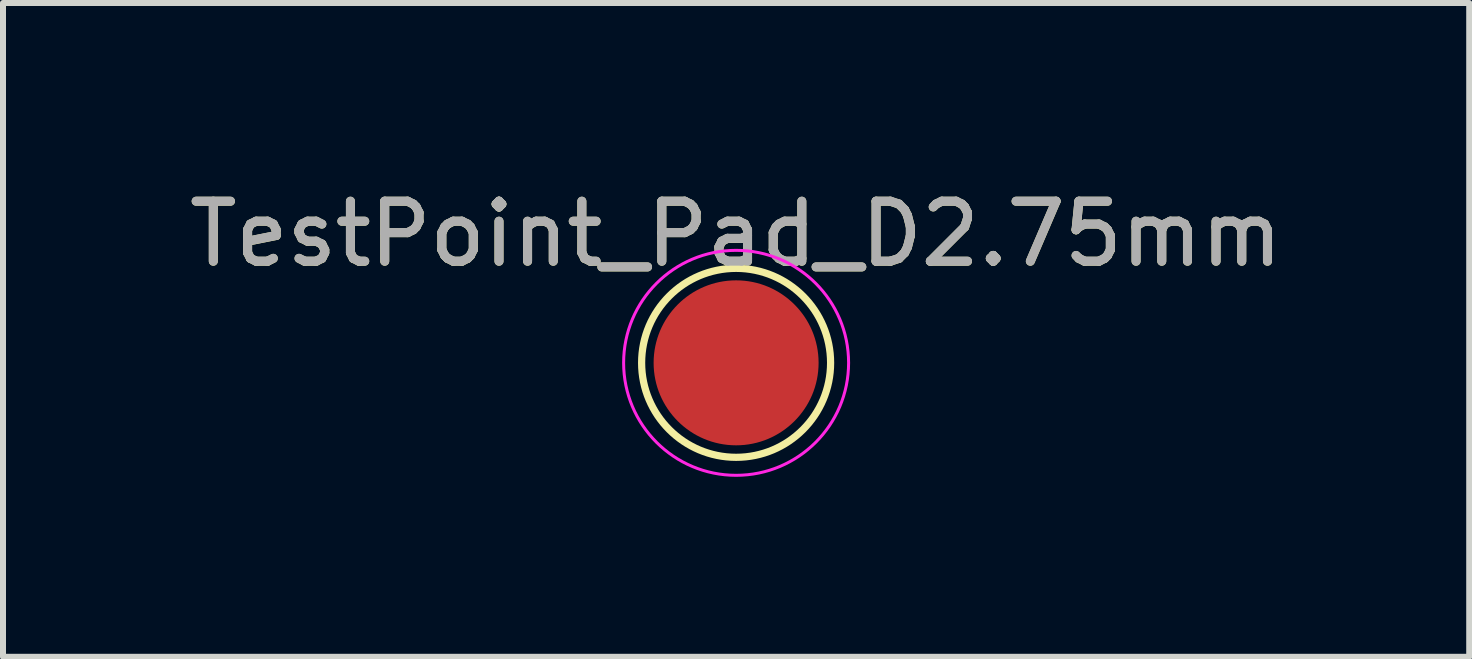
<source format=kicad_pcb>
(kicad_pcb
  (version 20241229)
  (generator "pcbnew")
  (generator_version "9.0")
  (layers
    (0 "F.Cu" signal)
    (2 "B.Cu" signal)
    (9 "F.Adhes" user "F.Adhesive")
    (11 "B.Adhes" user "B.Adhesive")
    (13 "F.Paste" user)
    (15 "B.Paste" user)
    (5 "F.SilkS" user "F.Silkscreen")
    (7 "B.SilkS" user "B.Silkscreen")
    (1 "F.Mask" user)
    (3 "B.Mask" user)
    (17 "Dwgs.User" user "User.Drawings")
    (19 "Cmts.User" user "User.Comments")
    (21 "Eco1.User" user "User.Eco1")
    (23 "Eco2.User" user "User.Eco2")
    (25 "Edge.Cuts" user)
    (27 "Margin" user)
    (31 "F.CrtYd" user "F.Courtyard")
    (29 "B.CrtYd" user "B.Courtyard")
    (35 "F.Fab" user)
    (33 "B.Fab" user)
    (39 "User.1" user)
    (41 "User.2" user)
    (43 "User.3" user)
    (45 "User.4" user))
  (footprint "TestPoint_Pad_D2.75mm"
    (layer "F.Cu")
    (at 9.22 2.998)
    (property "Reference" "TestPoint_Pad_D2.75mm" (at 0 -2.148 0) (layer "F.SilkS") (effects (font (size 1 1) (thickness 0.15))))
    (attr exclude_from_pos_files exclude_from_bom)
    (fp_circle (center 0 0) (end 1.575 0) (stroke (width 0.12) (type solid)) (fill no) (layer "F.SilkS"))
    (fp_circle (center 0 0) (end 1.875 0) (stroke (width 0.05) (type solid)) (fill no) (layer "F.CrtYd"))
    (fp_text user "${REFERENCE}" (at 0 -2.15 0) (layer "F.Fab") (effects (font (size 1 1) (thickness 0.15))))
    (pad "1" smd circle (at 0 0) (size 2.75 2.75) (layers "F.Cu" "F.Mask")))
  (gr_rect
    (start -3 -3)
    (end 21.44 7.898)
    (stroke (width 0.1) (type default))
    (fill no)
    (layer "Edge.Cuts")))
</source>
